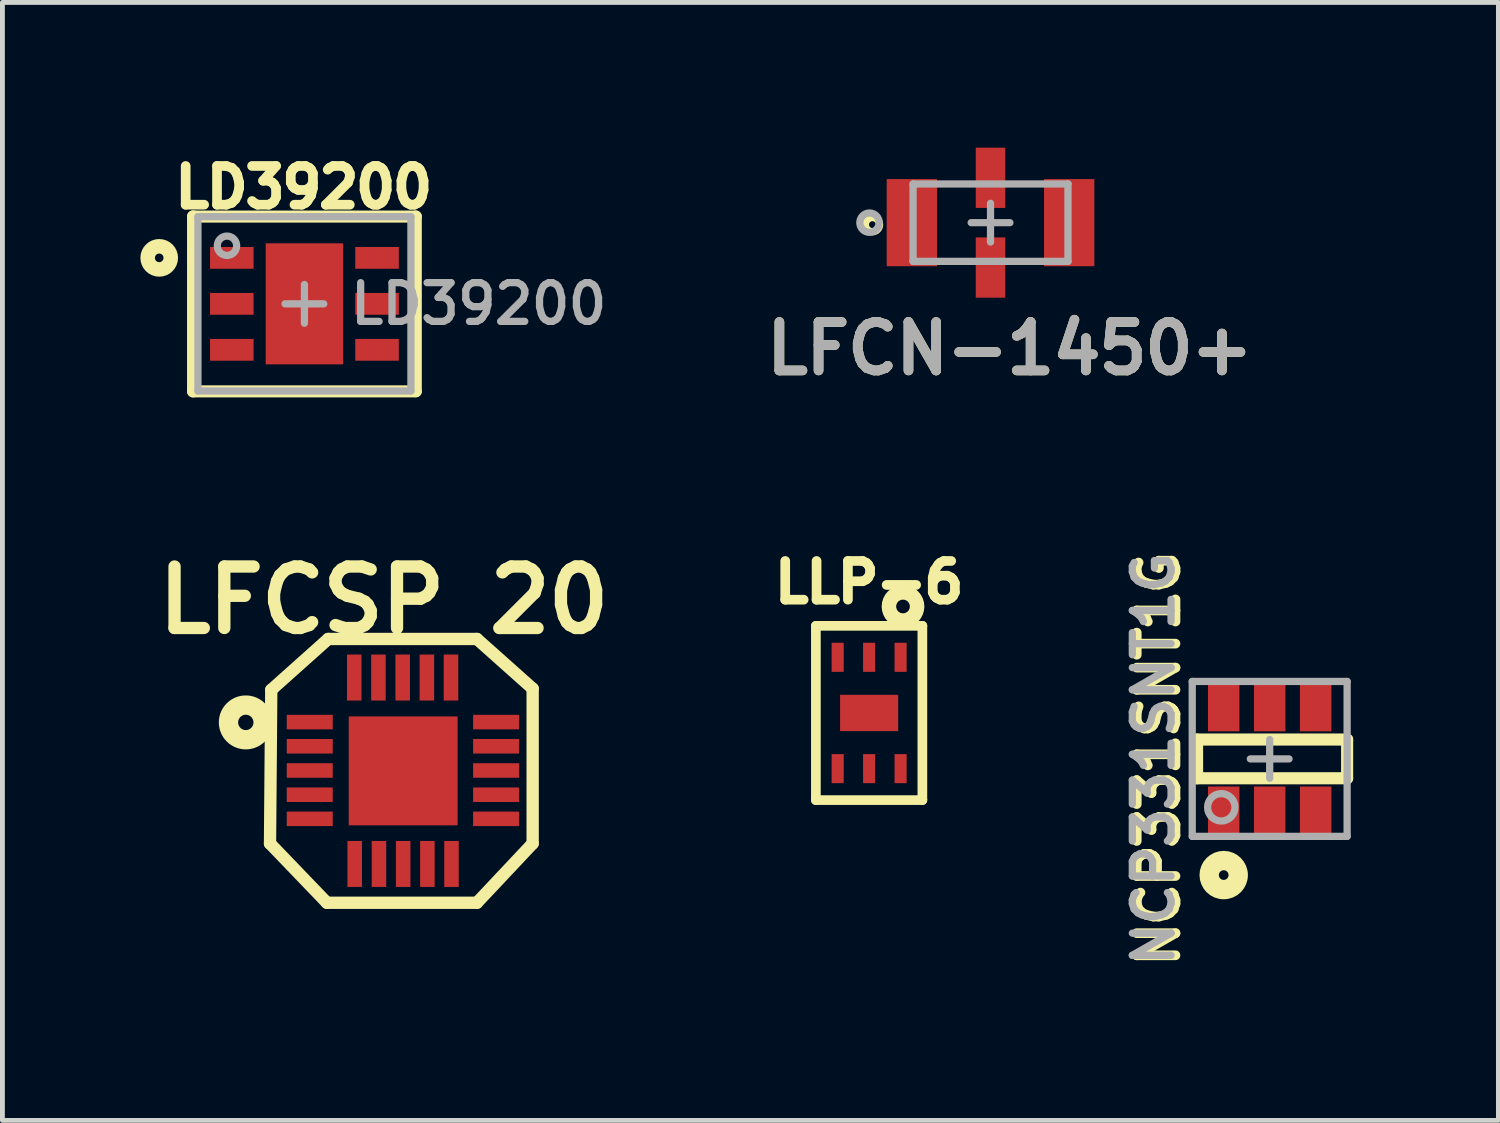
<source format=kicad_pcb>
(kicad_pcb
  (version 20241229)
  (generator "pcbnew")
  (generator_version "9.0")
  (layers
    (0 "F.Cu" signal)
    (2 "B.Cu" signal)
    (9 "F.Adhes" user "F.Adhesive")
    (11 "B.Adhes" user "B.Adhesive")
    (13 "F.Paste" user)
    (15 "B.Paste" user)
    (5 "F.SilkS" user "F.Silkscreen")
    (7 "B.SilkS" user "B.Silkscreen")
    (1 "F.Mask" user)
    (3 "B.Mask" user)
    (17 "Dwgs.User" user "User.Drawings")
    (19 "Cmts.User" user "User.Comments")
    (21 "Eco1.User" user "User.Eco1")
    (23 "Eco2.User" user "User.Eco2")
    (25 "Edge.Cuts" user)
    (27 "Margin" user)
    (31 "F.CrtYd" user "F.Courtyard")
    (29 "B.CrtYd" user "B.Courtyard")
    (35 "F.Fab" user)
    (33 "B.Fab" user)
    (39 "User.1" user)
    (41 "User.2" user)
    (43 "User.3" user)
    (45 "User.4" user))
  (footprint "NCP331SNT1G"
    (layer "F.Cu")
    (at 23.18 12.628)
    (property "Reference" "NCP331SNT1G" (at -2.306 0 90) (layer "F.SilkS") (effects (font (size 0.8 0.8) (thickness 0.2))))
    (attr through_hole)
    (fp_line (start -1.5 -0.4) (end -1.5 0.4) (stroke (width 0.25) (type solid)) (layer "F.SilkS"))
    (fp_line (start -1.5 0.4) (end 1.6 0.4) (stroke (width 0.25) (type solid)) (layer "F.SilkS"))
    (fp_line (start 1.6 -0.4) (end -1.5 -0.4) (stroke (width 0.25) (type solid)) (layer "F.SilkS"))
    (fp_line (start 1.6 -0.4) (end 1.6 0.4) (stroke (width 0.25) (type solid)) (layer "F.SilkS"))
    (fp_circle (center -0.95 2.4) (end -1.05 2.4) (stroke (width 0.4) (type solid)) (fill no) (layer "F.SilkS"))
    (fp_line (start -1.6 -1.6) (end 1.6 -1.6) (stroke (width 0.15) (type solid)) (layer "F.Fab"))
    (fp_line (start -1.6 1.6) (end -1.6 -1.6) (stroke (width 0.15) (type solid)) (layer "F.Fab"))
    (fp_line (start -0.4 0) (end 0.4 0) (stroke (width 0.15) (type solid)) (layer "F.Fab"))
    (fp_line (start 0 -0.4) (end 0 0.4) (stroke (width 0.15) (type solid)) (layer "F.Fab"))
    (fp_line (start 1.6 -1.6) (end 1.6 1.6) (stroke (width 0.15) (type solid)) (layer "F.Fab"))
    (fp_line (start 1.6 1.6) (end -1.6 1.6) (stroke (width 0.15) (type solid)) (layer "F.Fab"))
    (fp_circle (center -1 1) (end -0.8 0.8) (stroke (width 0.15) (type solid)) (fill no) (layer "F.Fab"))
    (fp_text user "${REFERENCE}" (at -2.4 0 90) (layer "F.Fab") (effects (font (size 0.8 0.8) (thickness 0.15))))
    (pad "1" smd rect (at -0.95 1.1) (size 0.65 1.06) (layers "F.Cu" "F.Mask" "F.Paste"))
    (pad "2" smd rect (at 0 1.1) (size 0.65 1.06) (layers "F.Cu" "F.Mask" "F.Paste"))
    (pad "3" smd rect (at 0.95 1.1) (size 0.65 1.06) (layers "F.Cu" "F.Mask" "F.Paste"))
    (pad "4" smd rect (at 0.95 -1.1) (size 0.65 1.06) (layers "F.Cu" "F.Mask" "F.Paste"))
    (pad "5" smd rect (at 0 -1.1) (size 0.65 1.06) (layers "F.Cu" "F.Mask" "F.Paste"))
    (pad "6" smd rect (at -0.95 -1.1) (size 0.65 1.06) (layers "F.Cu" "F.Mask" "F.Paste")))
  (footprint "LD39200"
    (layer "F.Cu")
    (at 3.239 3.227)
    (property "Reference" "LD39200" (at -0.015 -2.408 0) (layer "F.SilkS") (effects (font (size 0.8 0.8) (thickness 0.2))))
    (attr smd)
    (fp_line (start -2.3 1.808) (end -2.3 -1.808) (stroke (width 0.25) (type solid)) (layer "F.SilkS"))
    (fp_line (start -2.3 1.808) (end 2.3 1.808) (stroke (width 0.25) (type solid)) (layer "F.SilkS"))
    (fp_line (start 2.3 -1.803) (end -2.3 -1.803) (stroke (width 0.25) (type solid)) (layer "F.SilkS"))
    (fp_line (start 2.3 1.803) (end 2.3 -1.803) (stroke (width 0.25) (type solid)) (layer "F.SilkS"))
    (fp_circle (center -3 -0.95) (end -2.911 -0.95) (stroke (width 0.3) (type solid)) (fill no) (layer "F.SilkS"))
    (fp_line (start -2.2 -1.8) (end 2.2 -1.8) (stroke (width 0.15) (type solid)) (layer "F.Fab"))
    (fp_line (start -2.2 1.8) (end -2.2 -1.8) (stroke (width 0.15) (type solid)) (layer "F.Fab"))
    (fp_line (start -0.4 0) (end 0.4 0) (stroke (width 0.15) (type solid)) (layer "F.Fab"))
    (fp_line (start 0 -0.4) (end 0 0.4) (stroke (width 0.15) (type solid)) (layer "F.Fab"))
    (fp_line (start 2.2 -1.8) (end 2.2 1.8) (stroke (width 0.15) (type solid)) (layer "F.Fab"))
    (fp_line (start 2.2 1.8) (end -2.2 1.8) (stroke (width 0.15) (type solid)) (layer "F.Fab"))
    (fp_circle (center -1.6 -1.2) (end -1.6 -1) (stroke (width 0.15) (type solid)) (fill no) (layer "F.Fab"))
    (fp_text user "${REFERENCE}" (at 3.6 0 0) (layer "F.Fab") (effects (font (size 0.8 0.8) (thickness 0.15))))
    (pad "1" smd rect (at -1.5 -0.95) (size 0.9 0.45) (layers "F.Cu" "F.Mask" "F.Paste"))
    (pad "2" smd rect (at -1.5 0) (size 0.9 0.45) (layers "F.Cu" "F.Mask" "F.Paste"))
    (pad "3" smd rect (at -1.5 0.95) (size 0.9 0.45) (layers "F.Cu" "F.Mask" "F.Paste"))
    (pad "4" smd rect (at 1.5 0.95) (size 0.9 0.45) (layers "F.Cu" "F.Mask" "F.Paste"))
    (pad "5" smd rect (at 1.5 0) (size 0.9 0.45) (layers "F.Cu" "F.Mask" "F.Paste"))
    (pad "6" smd rect (at 1.5 -0.95) (size 0.9 0.45) (layers "F.Cu" "F.Mask" "F.Paste"))
    (pad "7" smd rect (at 0 0) (size 1.6 2.5) (layers "F.Cu" "F.Mask" "F.Paste")))
  (footprint "LFCSP 20"
    (layer "F.Cu")
    (at 5.279 12.875)
    (property "Reference" "LFCSP 20" (at -0.399 -3.526 0) (layer "F.SilkS") (effects (font (size 1.27 1.27) (thickness 0.254))))
    (attr through_hole)
    (fp_line (start -2.751 1.501) (end -2.725 -1.674) (stroke (width 0.254) (type solid)) (layer "F.SilkS"))
    (fp_line (start -2.725 -1.674) (end -1.549 -2.725) (stroke (width 0.254) (type solid)) (layer "F.SilkS"))
    (fp_line (start -1.575 2.725) (end -2.751 1.501) (stroke (width 0.254) (type solid)) (layer "F.SilkS"))
    (fp_line (start -1.549 -2.725) (end 1.524 -2.725) (stroke (width 0.254) (type solid)) (layer "F.SilkS"))
    (fp_line (start 1.524 -2.725) (end 2.675 -1.699) (stroke (width 0.254) (type solid)) (layer "F.SilkS"))
    (fp_line (start 1.524 2.725) (end -1.575 2.725) (stroke (width 0.254) (type solid)) (layer "F.SilkS"))
    (fp_line (start 2.675 -1.699) (end 2.675 1.501) (stroke (width 0.254) (type solid)) (layer "F.SilkS"))
    (fp_line (start 2.675 1.501) (end 1.524 2.725) (stroke (width 0.254) (type solid)) (layer "F.SilkS"))
    (fp_circle (center -3.251 -1.001) (end -3.101 -0.95) (stroke (width 0.399) (type solid)) (fill no) (layer "F.SilkS"))
    (pad "1" smd rect (at -1.93 -1.008) (size 0.95 0.3) (layers "F.Cu" "F.Mask" "F.Paste"))
    (pad "2" smd rect (at -1.93 -0.508) (size 0.95 0.3) (layers "F.Cu" "F.Mask" "F.Paste"))
    (pad "3" smd rect (at -1.93 -0.008) (size 0.95 0.3) (layers "F.Cu" "F.Mask" "F.Paste"))
    (pad "4" smd rect (at -1.93 0.493) (size 0.95 0.3) (layers "F.Cu" "F.Mask" "F.Paste"))
    (pad "5" smd rect (at -1.93 0.991) (size 0.95 0.3) (layers "F.Cu" "F.Mask" "F.Paste"))
    (pad "6" smd rect (at -1.001 1.923) (size 0.3 0.95) (layers "F.Cu" "F.Mask" "F.Paste"))
    (pad "7" smd rect (at -0.5 1.923) (size 0.3 0.95) (layers "F.Cu" "F.Mask" "F.Paste"))
    (pad "8" smd rect (at 0 1.923) (size 0.3 0.95) (layers "F.Cu" "F.Mask" "F.Paste"))
    (pad "9" smd rect (at 0.5 1.923) (size 0.3 0.95) (layers "F.Cu" "F.Mask" "F.Paste"))
    (pad "10" smd rect (at 0.998 1.923) (size 0.3 0.95) (layers "F.Cu" "F.Mask" "F.Paste"))
    (pad "11" smd rect (at 1.92 0.991) (size 0.95 0.3) (layers "F.Cu" "F.Mask" "F.Paste"))
    (pad "12" smd rect (at 1.92 0.493) (size 0.95 0.3) (layers "F.Cu" "F.Mask" "F.Paste"))
    (pad "13" smd rect (at 1.92 -0.008) (size 0.95 0.3) (layers "F.Cu" "F.Mask" "F.Paste"))
    (pad "14" smd rect (at 1.92 -0.508) (size 0.95 0.3) (layers "F.Cu" "F.Mask" "F.Paste"))
    (pad "15" smd rect (at 1.92 -1.008) (size 0.95 0.3) (layers "F.Cu" "F.Mask" "F.Paste"))
    (pad "16" smd rect (at 0.988 -1.928) (size 0.3 0.95) (layers "F.Cu" "F.Mask" "F.Paste"))
    (pad "17" smd rect (at 0.49 -1.928) (size 0.3 0.95) (layers "F.Cu" "F.Mask" "F.Paste"))
    (pad "18" smd rect (at -0.01 -1.928) (size 0.3 0.95) (layers "F.Cu" "F.Mask" "F.Paste"))
    (pad "19" smd rect (at -0.511 -1.928) (size 0.3 0.95) (layers "F.Cu" "F.Mask" "F.Paste"))
    (pad "20" smd rect (at -1.011 -1.928) (size 0.3 0.95) (layers "F.Cu" "F.Mask" "F.Paste"))
    (pad "21" smd rect (at 0 0) (size 2.25 2.25) (layers "F.Cu" "F.Mask" "F.Paste")))
  (footprint "LLP-6"
    (layer "F.Cu")
    (at 14.905 11.679)
    (property "Reference" "LLP-6" (at 0 -2.7 0) (layer "F.SilkS") (effects (font (size 0.8 0.8) (thickness 0.2))))
    (attr through_hole)
    (fp_line (start -1.1 -1.8) (end -1.1 1.8) (stroke (width 0.2) (type solid)) (layer "F.SilkS"))
    (fp_line (start -1.1 1.8) (end 1.1 1.8) (stroke (width 0.2) (type solid)) (layer "F.SilkS"))
    (fp_line (start 1.1 -1.8) (end -1.1 -1.8) (stroke (width 0.2) (type solid)) (layer "F.SilkS"))
    (fp_line (start 1.1 1.8) (end 1.1 -1.8) (stroke (width 0.2) (type solid)) (layer "F.SilkS"))
    (fp_circle (center 0.7 -2.2) (end 0.8 -2.1) (stroke (width 0.3) (type solid)) (fill no) (layer "F.SilkS"))
    (pad "1" smd rect (at 0.65 -1.15) (size 0.25 0.6) (layers "F.Cu" "F.Mask" "F.Paste"))
    (pad "2" smd rect (at 0 -1.15) (size 0.25 0.6) (layers "F.Cu" "F.Mask" "F.Paste"))
    (pad "3" smd rect (at -0.65 -1.15) (size 0.25 0.6) (layers "F.Cu" "F.Mask" "F.Paste"))
    (pad "4" smd rect (at -0.65 1.15) (size 0.25 0.6) (layers "F.Cu" "F.Mask" "F.Paste"))
    (pad "5" smd rect (at 0 1.15) (size 0.25 0.6) (layers "F.Cu" "F.Mask" "F.Paste"))
    (pad "6" smd rect (at 0.65 1.15) (size 0.25 0.6) (layers "F.Cu" "F.Mask" "F.Paste"))
    (pad "7" smd rect (at 0 0) (size 1.2 0.75) (layers "F.Cu" "F.Mask" "F.Paste")))
  (footprint "LFCN-1450+"
    (layer "F.Cu")
    (at 17.413 1.55)
    (property "Reference" "LFCN-1450+" (at 0.4 2.6 0) (layer "F.SilkS") (effects (font (size 1 1) (thickness 0.2))))
    (attr through_hole)
    (fp_circle (center -2.44 0.04) (end -2.333 0.14) (stroke (width 0.152) (type solid)) (fill no) (layer "F.SilkS"))
    (fp_line (start -1.6 -0.8) (end 1.6 -0.8) (stroke (width 0.15) (type solid)) (layer "F.Fab"))
    (fp_line (start -1.6 0.8) (end -1.6 -0.8) (stroke (width 0.15) (type solid)) (layer "F.Fab"))
    (fp_line (start -1.6 0.8) (end 1.6 0.8) (stroke (width 0.15) (type solid)) (layer "F.Fab"))
    (fp_line (start -0.4 0) (end 0.4 0) (stroke (width 0.15) (type solid)) (layer "F.Fab"))
    (fp_line (start 0 -0.4) (end 0 0.4) (stroke (width 0.15) (type solid)) (layer "F.Fab"))
    (fp_line (start 1.6 0.8) (end 1.6 -0.8) (stroke (width 0.15) (type solid)) (layer "F.Fab"))
    (fp_circle (center -2.5 0) (end -2.3 0) (stroke (width 0.15) (type solid)) (fill no) (layer "F.Fab"))
    (fp_text user "${REFERENCE}" (at 0.4 2.6 0) (layer "F.Fab") (effects (font (size 1 1) (thickness 0.2))))
    (pad "1" smd rect (at -1.625 0) (size 1.04 1.8) (layers "F.Cu" "F.Mask" "F.Paste"))
    (pad "2" smd rect (at 0 0.927) (size 0.61 1.245) (layers "F.Cu" "F.Mask" "F.Paste"))
    (pad "3" smd rect (at 1.625 0) (size 1.04 1.8) (layers "F.Cu" "F.Mask" "F.Paste"))
    (pad "4" smd rect (at 0 -0.927) (size 0.61 1.245) (layers "F.Cu" "F.Mask" "F.Paste")))
  (gr_rect
    (start -3 -3)
    (end 27.905 20.096)
    (stroke (width 0.1) (type default))
    (fill no)
    (layer "Edge.Cuts")))
</source>
